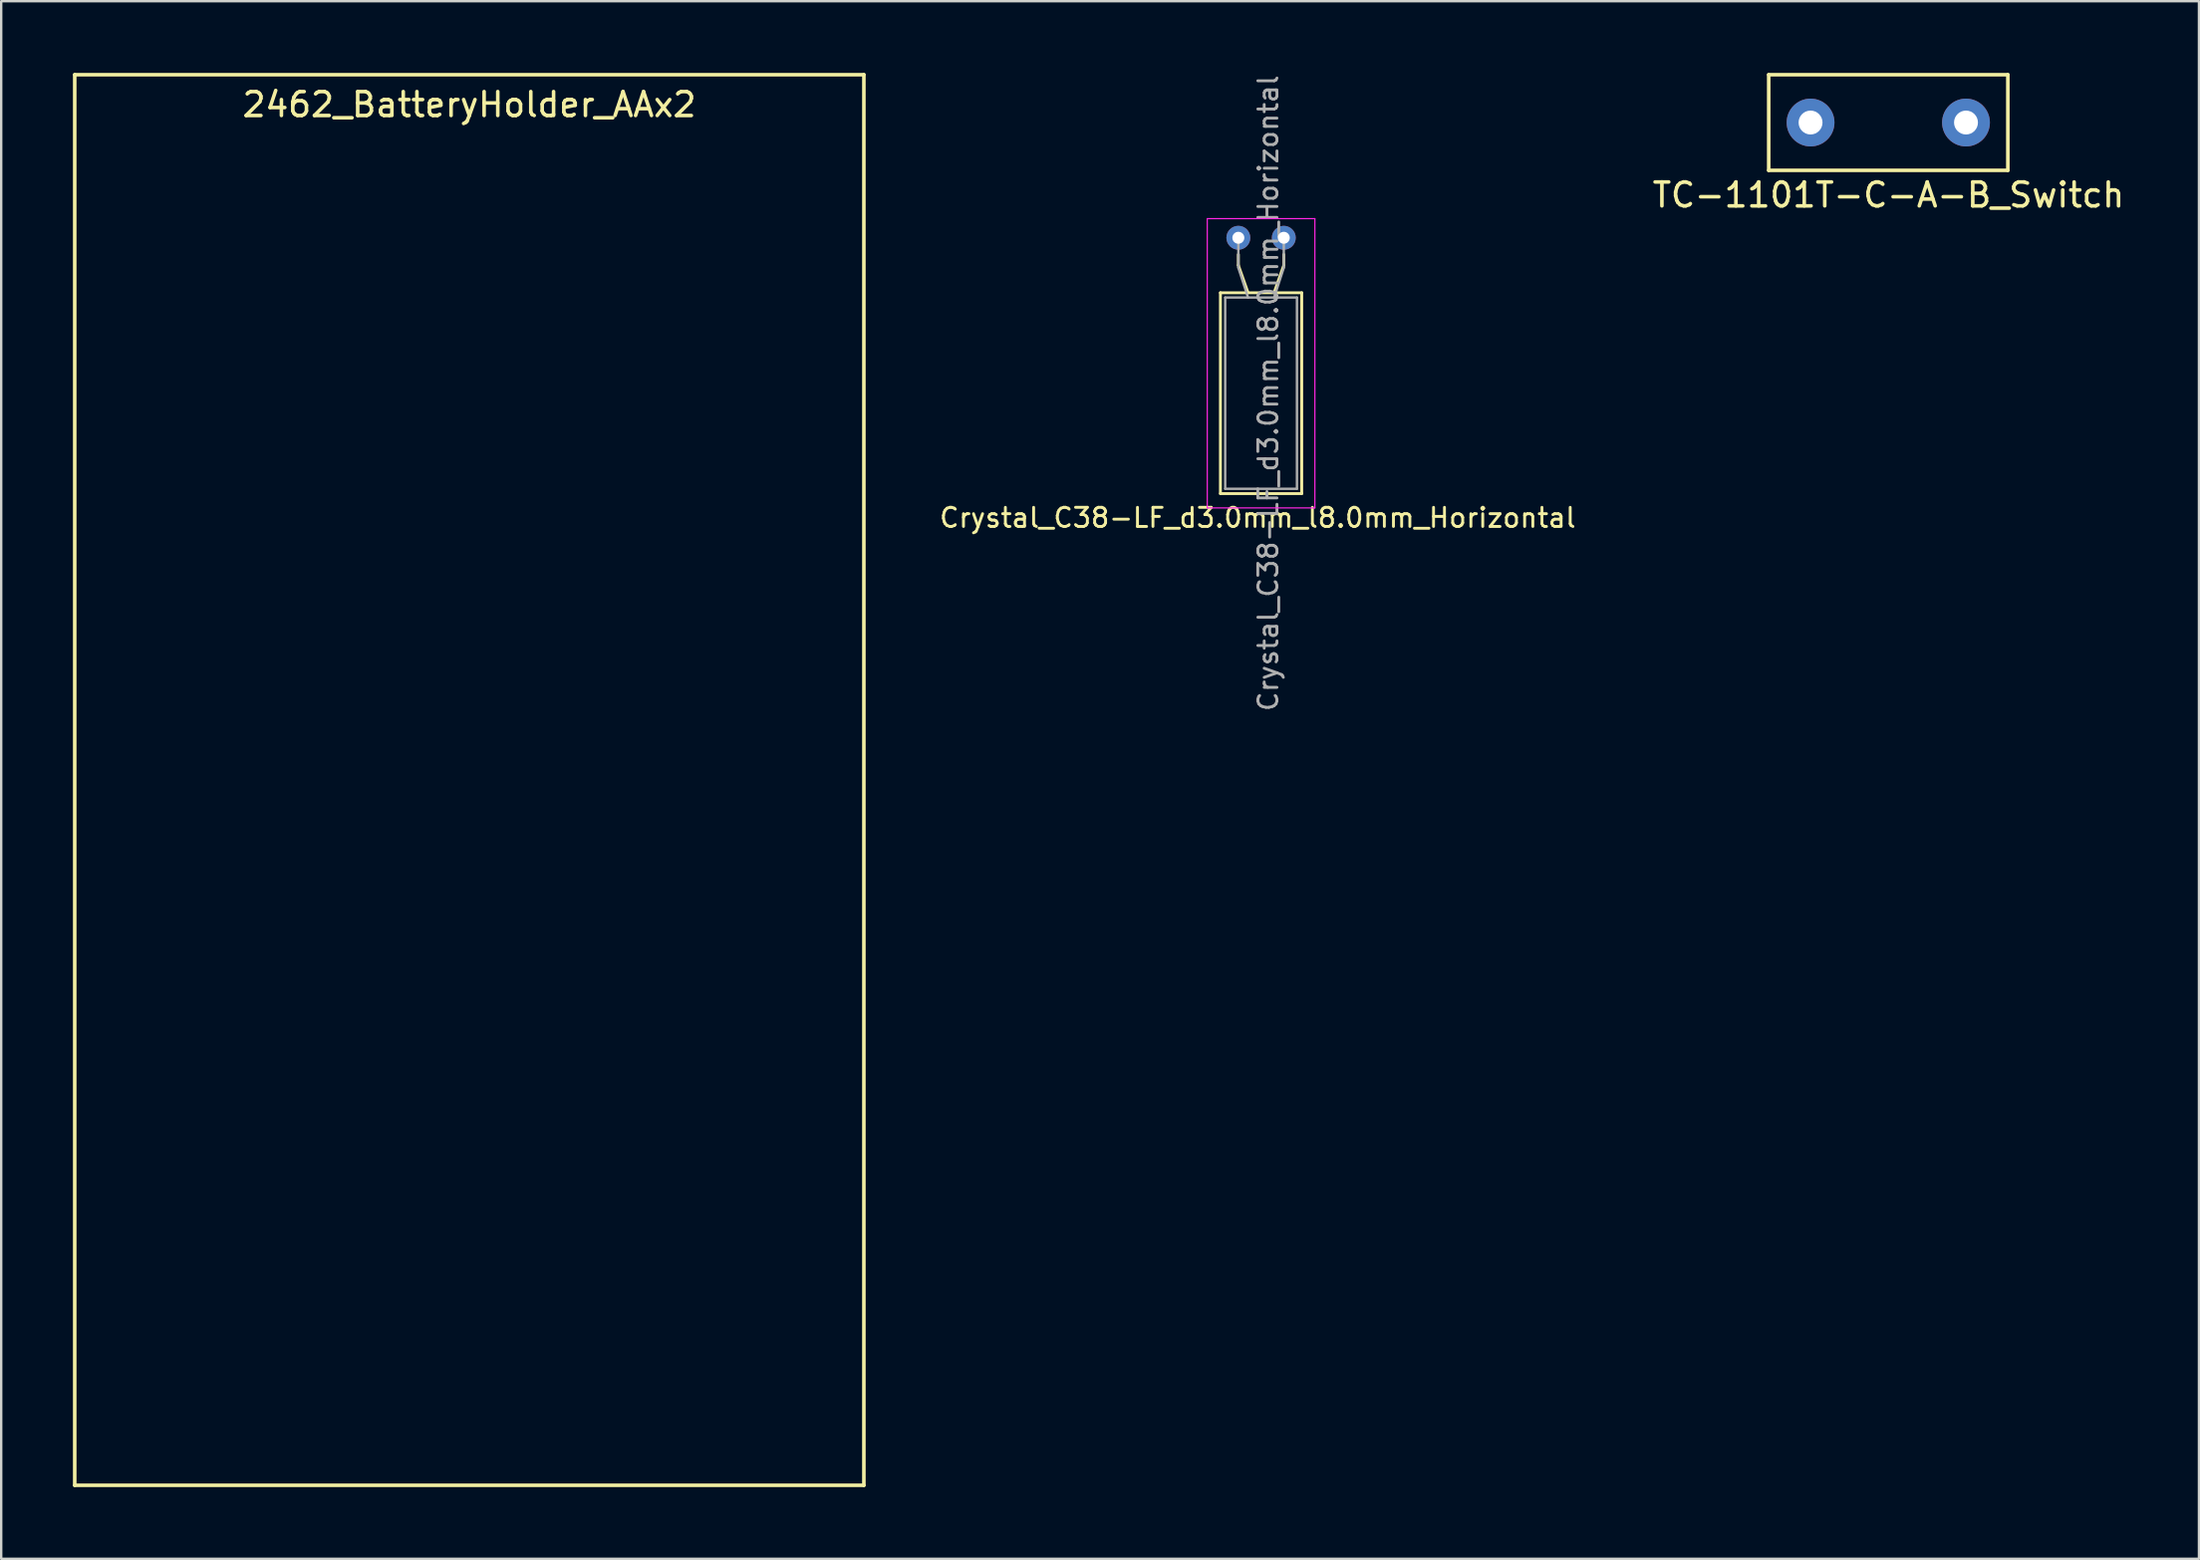
<source format=kicad_pcb>
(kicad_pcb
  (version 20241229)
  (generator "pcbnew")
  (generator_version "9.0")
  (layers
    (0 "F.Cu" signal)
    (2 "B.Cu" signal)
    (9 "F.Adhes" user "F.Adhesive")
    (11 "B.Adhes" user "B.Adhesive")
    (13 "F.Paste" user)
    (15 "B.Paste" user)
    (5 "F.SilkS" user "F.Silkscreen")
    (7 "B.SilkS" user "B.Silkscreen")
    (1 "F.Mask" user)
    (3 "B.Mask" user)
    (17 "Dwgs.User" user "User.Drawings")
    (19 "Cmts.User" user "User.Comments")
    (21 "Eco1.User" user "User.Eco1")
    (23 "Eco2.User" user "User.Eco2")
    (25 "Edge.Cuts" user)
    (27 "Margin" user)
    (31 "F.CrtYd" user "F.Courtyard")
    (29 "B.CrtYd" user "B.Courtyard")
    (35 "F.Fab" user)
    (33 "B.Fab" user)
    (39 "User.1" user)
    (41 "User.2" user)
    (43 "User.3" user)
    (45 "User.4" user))
  (footprint "2462_BatteryHolder_AAx2"
    (layer "F.Cu")
    (at 16.575 29.575)
    (property "Reference" "2462_BatteryHolder_AAx2" (at 0 -28.25 0) (layer "F.SilkS") (effects (font (size 1 1) (thickness 0.15))))
    (attr through_hole)
    (fp_line (start -16.5 -29.5) (end -16.5 29.5) (stroke (width 0.15) (type solid)) (layer "F.SilkS"))
    (fp_line (start 16.5 -29.5) (end -16.5 -29.5) (stroke (width 0.15) (type solid)) (layer "F.SilkS"))
    (fp_line (start 16.5 -29.5) (end 16.5 29.5) (stroke (width 0.15) (type solid)) (layer "F.SilkS"))
    (fp_line (start 16.5 29.5) (end -16.5 29.5) (stroke (width 0.15) (type solid)) (layer "F.SilkS")))
  (footprint "TC-1101T-C-A-B_Switch"
    (layer "F.Cu")
    (at 75.913 2.075)
    (property "Reference" "TC-1101T-C-A-B_Switch" (at 0.01 3.03 0) (layer "F.SilkS") (effects (font (size 1 1) (thickness 0.15))))
    (attr through_hole)
    (fp_line (start -5 -2) (end 5 -2) (stroke (width 0.15) (type solid)) (layer "F.SilkS"))
    (fp_line (start -5 2) (end -5 -2) (stroke (width 0.15) (type solid)) (layer "F.SilkS"))
    (fp_line (start 5 -2) (end 5 2) (stroke (width 0.15) (type solid)) (layer "F.SilkS"))
    (fp_line (start 5 2) (end -5 2) (stroke (width 0.15) (type solid)) (layer "F.SilkS"))
    (pad "1" thru_hole circle (at -3.25 0) (size 2 2) (drill 1) (layers "*.Cu" "*.Mask"))
    (pad "2" thru_hole circle (at 3.25 0) (size 2 2) (drill 1) (layers "*.Cu" "*.Mask")))
  (footprint "Crystal_C38-LF_d3.0mm_l8.0mm_Horizontal"
    (layer "F.Cu")
    (at 48.735 6.895)
    (property "Reference" "Crystal_C38-LF_d3.0mm_l8.0mm_Horizontal" (at 0.81 11.71 180) (layer "F.SilkS") (effects (font (size 0.8 0.8) (thickness 0.12))))
    (attr through_hole)
    (fp_line (start -0.75 2.3) (end -0.75 10.7) (stroke (width 0.12) (type solid)) (layer "F.SilkS"))
    (fp_line (start -0.75 10.7) (end 2.65 10.7) (stroke (width 0.12) (type solid)) (layer "F.SilkS"))
    (fp_line (start 0 1.15) (end 0 0.7) (stroke (width 0.12) (type solid)) (layer "F.SilkS"))
    (fp_line (start 0.405 2.3) (end 0 1.15) (stroke (width 0.12) (type solid)) (layer "F.SilkS"))
    (fp_line (start 1.495 2.3) (end 1.9 1.15) (stroke (width 0.12) (type solid)) (layer "F.SilkS"))
    (fp_line (start 1.9 1.15) (end 1.9 0.7) (stroke (width 0.12) (type solid)) (layer "F.SilkS"))
    (fp_line (start 2.65 2.3) (end -0.75 2.3) (stroke (width 0.12) (type solid)) (layer "F.SilkS"))
    (fp_line (start 2.65 10.7) (end 2.65 2.3) (stroke (width 0.12) (type solid)) (layer "F.SilkS"))
    (fp_line (start -1.3 -0.8) (end -1.3 11.3) (stroke (width 0.05) (type solid)) (layer "F.CrtYd"))
    (fp_line (start -1.3 11.3) (end 3.2 11.3) (stroke (width 0.05) (type solid)) (layer "F.CrtYd"))
    (fp_line (start 3.2 -0.8) (end -1.3 -0.8) (stroke (width 0.05) (type solid)) (layer "F.CrtYd"))
    (fp_line (start 3.2 11.3) (end 3.2 -0.8) (stroke (width 0.05) (type solid)) (layer "F.CrtYd"))
    (fp_line (start -0.55 2.5) (end -0.55 10.5) (stroke (width 0.1) (type solid)) (layer "F.Fab"))
    (fp_line (start -0.55 10.5) (end 2.45 10.5) (stroke (width 0.1) (type solid)) (layer "F.Fab"))
    (fp_line (start 0 1.25) (end 0 0) (stroke (width 0.1) (type solid)) (layer "F.Fab"))
    (fp_line (start 0.405 2.5) (end 0 1.25) (stroke (width 0.1) (type solid)) (layer "F.Fab"))
    (fp_line (start 1.495 2.5) (end 1.9 1.25) (stroke (width 0.1) (type solid)) (layer "F.Fab"))
    (fp_line (start 1.9 1.25) (end 1.9 0) (stroke (width 0.1) (type solid)) (layer "F.Fab"))
    (fp_line (start 2.45 2.5) (end -0.55 2.5) (stroke (width 0.1) (type solid)) (layer "F.Fab"))
    (fp_line (start 2.45 10.5) (end 2.45 2.5) (stroke (width 0.1) (type solid)) (layer "F.Fab"))
    (fp_text user "${REFERENCE}" (at 1.25 6.5 90) (layer "F.Fab") (effects (font (size 0.8 0.8) (thickness 0.12))))
    (pad "1" thru_hole circle (at 0 0) (size 1 1) (drill 0.5) (layers "*.Cu" "*.Mask"))
    (pad "2" thru_hole circle (at 1.9 0) (size 1 1) (drill 0.5) (layers "*.Cu" "*.Mask")))
  (gr_rect
    (start -3 -3)
    (end 88.905 62.15)
    (stroke (width 0.1) (type default))
    (fill no)
    (layer "Edge.Cuts")))
</source>
